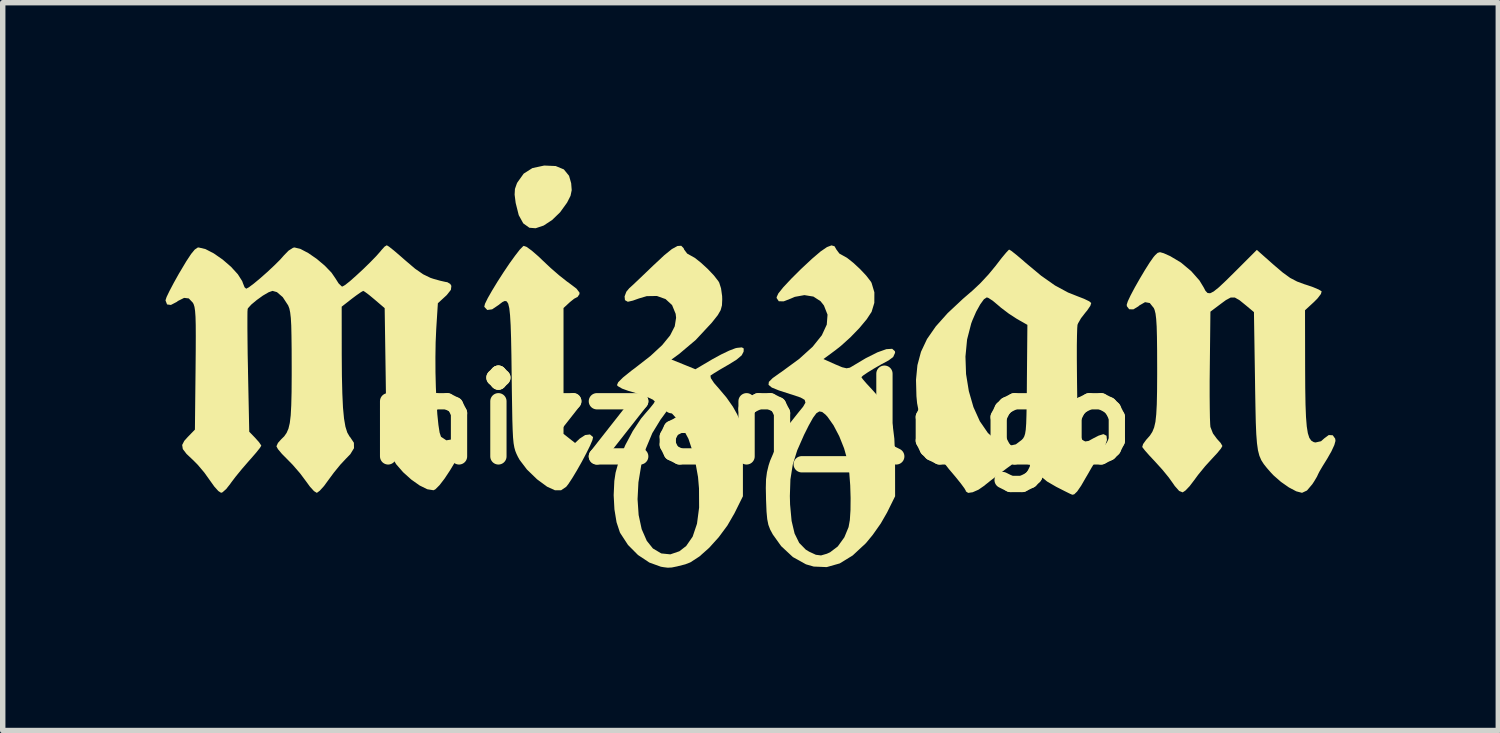
<source format=kicad_pcb>
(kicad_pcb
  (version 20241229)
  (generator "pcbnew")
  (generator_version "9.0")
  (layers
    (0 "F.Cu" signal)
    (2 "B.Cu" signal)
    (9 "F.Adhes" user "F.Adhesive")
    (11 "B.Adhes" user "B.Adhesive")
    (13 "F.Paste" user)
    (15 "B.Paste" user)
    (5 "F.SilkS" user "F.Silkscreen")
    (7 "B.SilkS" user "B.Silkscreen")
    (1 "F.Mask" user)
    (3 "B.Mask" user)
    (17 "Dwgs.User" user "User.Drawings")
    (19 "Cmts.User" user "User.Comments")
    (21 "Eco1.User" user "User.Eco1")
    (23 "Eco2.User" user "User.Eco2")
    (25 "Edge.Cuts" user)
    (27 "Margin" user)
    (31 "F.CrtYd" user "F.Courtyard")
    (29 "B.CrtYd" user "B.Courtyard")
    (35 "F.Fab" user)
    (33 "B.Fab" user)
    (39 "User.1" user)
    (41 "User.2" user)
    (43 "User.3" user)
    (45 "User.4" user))
  (footprint "mizzan_logo"
    (layer "F.Cu")
    (at 10.777 4.669)
    (property "Reference" "mizzan_logo" (at 0 0 0) (layer "F.SilkS") (effects (font (size 1.524 1.524) (thickness 0.3))))
    (attr board_only exclude_from_pos_files exclude_from_bom)
    (fp_poly (pts (xy -3.589 -4.66) (xy -3.439 -4.598) (xy -3.343 -4.48) (xy -3.304 -4.343) (xy -3.294 -4.216) (xy -3.316 -4.111) (xy -3.38 -3.985) (xy -3.381 -3.984) (xy -3.508 -3.808) (xy -3.656 -3.665) (xy -3.812 -3.563) (xy -3.959 -3.514) (xy -4.074 -3.523) (xy -4.187 -3.604) (xy -4.27 -3.755) (xy -4.326 -3.978) (xy -4.327 -3.983) (xy -4.346 -4.133) (xy -4.34 -4.238) (xy -4.306 -4.335) (xy -4.296 -4.356) (xy -4.179 -4.52) (xy -4.019 -4.622) (xy -3.806 -4.668) (xy -3.798 -4.669)) (stroke (width 0) (type solid)) (fill yes) (layer "F.SilkS"))
    (fp_poly (pts (xy -4.126 -3.171) (xy -4.032 -3.103) (xy -3.907 -2.995) (xy -3.833 -2.924) (xy -3.682 -2.782) (xy -3.524 -2.645) (xy -3.385 -2.535) (xy -3.335 -2.499) (xy -3.206 -2.401) (xy -3.151 -2.329) (xy -3.151 -2.3) (xy -3.187 -2.247) (xy -3.203 -2.24) (xy -3.25 -2.215) (xy -3.326 -2.154) (xy -3.339 -2.142) (xy -3.445 -2.044) (xy -3.445 0.274) (xy -3.339 0.358) (xy -3.232 0.442) (xy -3.146 0.361) (xy -3.046 0.296) (xy -2.958 0.285) (xy -2.902 0.332) (xy -2.901 0.336) (xy -2.912 0.388) (xy -2.956 0.492) (xy -3.025 0.631) (xy -3.108 0.788) (xy -3.198 0.947) (xy -3.284 1.09) (xy -3.358 1.202) (xy -3.396 1.25) (xy -3.489 1.313) (xy -3.604 1.313) (xy -3.747 1.248) (xy -3.925 1.117) (xy -3.936 1.108) (xy -4.119 0.931) (xy -4.253 0.755) (xy -4.285 0.698) (xy -4.312 0.642) (xy -4.334 0.587) (xy -4.351 0.525) (xy -4.365 0.446) (xy -4.375 0.341) (xy -4.382 0.201) (xy -4.388 0.015) (xy -4.392 -0.226) (xy -4.397 -0.53) (xy -4.4 -0.789) (xy -4.405 -1.173) (xy -4.411 -1.484) (xy -4.419 -1.728) (xy -4.43 -1.911) (xy -4.444 -2.041) (xy -4.464 -2.124) (xy -4.491 -2.166) (xy -4.525 -2.175) (xy -4.568 -2.156) (xy -4.621 -2.116) (xy -4.635 -2.104) (xy -4.76 -2.02) (xy -4.85 -2.008) (xy -4.905 -2.067) (xy -4.905 -2.068) (xy -4.892 -2.122) (xy -4.841 -2.226) (xy -4.761 -2.366) (xy -4.662 -2.529) (xy -4.552 -2.7) (xy -4.441 -2.865) (xy -4.337 -3.009) (xy -4.251 -3.12) (xy -4.19 -3.182) (xy -4.178 -3.189)) (stroke (width 0) (type solid)) (fill yes) (layer "F.SilkS"))
    (fp_poly (pts (xy 4.808 -3.095) (xy 4.893 -3.028) (xy 5.007 -2.932) (xy 5.072 -2.875) (xy 5.356 -2.638) (xy 5.611 -2.459) (xy 5.85 -2.33) (xy 6.016 -2.264) (xy 6.145 -2.214) (xy 6.24 -2.168) (xy 6.277 -2.137) (xy 6.261 -2.085) (xy 6.204 -2.001) (xy 6.169 -1.959) (xy 6.089 -1.856) (xy 6.034 -1.76) (xy 6.024 -1.734) (xy 6.019 -1.67) (xy 6.015 -1.539) (xy 6.012 -1.352) (xy 6.012 -1.121) (xy 6.014 -0.859) (xy 6.016 -0.659) (xy 6.02 -0.352) (xy 6.025 -0.115) (xy 6.031 0.062) (xy 6.039 0.188) (xy 6.05 0.274) (xy 6.064 0.328) (xy 6.083 0.362) (xy 6.106 0.382) (xy 6.167 0.414) (xy 6.23 0.404) (xy 6.311 0.359) (xy 6.413 0.307) (xy 6.496 0.281) (xy 6.505 0.28) (xy 6.559 0.309) (xy 6.567 0.388) (xy 6.532 0.499) (xy 6.457 0.624) (xy 6.381 0.738) (xy 6.287 0.891) (xy 6.195 1.051) (xy 6.189 1.06) (xy 6.091 1.23) (xy 6.018 1.336) (xy 5.964 1.388) (xy 5.929 1.396) (xy 5.887 1.378) (xy 5.792 1.331) (xy 5.664 1.266) (xy 5.636 1.252) (xy 5.464 1.152) (xy 5.345 1.054) (xy 5.253 0.935) (xy 5.246 0.925) (xy 5.181 0.813) (xy 5.138 0.723) (xy 5.129 0.69) (xy 5.115 0.643) (xy 5.108 0.64) (xy 5.067 0.663) (xy 4.978 0.723) (xy 4.855 0.811) (xy 4.713 0.915) (xy 4.569 1.024) (xy 4.435 1.126) (xy 4.327 1.212) (xy 4.31 1.227) (xy 4.2 1.303) (xy 4.093 1.35) (xy 4.01 1.362) (xy 3.968 1.334) (xy 3.966 1.321) (xy 3.941 1.278) (xy 3.874 1.187) (xy 3.774 1.063) (xy 3.651 0.918) (xy 3.646 0.911) (xy 3.411 0.611) (xy 3.242 0.322) (xy 3.131 0.028) (xy 3.069 -0.291) (xy 3.057 -0.419) (xy 3.049 -0.722) (xy 3.075 -0.991) (xy 3.117 -1.149) (xy 3.96 -1.149) (xy 3.971 -0.828) (xy 4.022 -0.514) (xy 4.107 -0.219) (xy 4.225 0.042) (xy 4.373 0.257) (xy 4.545 0.413) (xy 4.615 0.453) (xy 4.761 0.496) (xy 4.889 0.467) (xy 4.996 0.386) (xy 5.023 0.357) (xy 5.043 0.322) (xy 5.059 0.272) (xy 5.071 0.197) (xy 5.079 0.085) (xy 5.084 -0.071) (xy 5.088 -0.283) (xy 5.091 -0.56) (xy 5.092 -0.717) (xy 5.101 -1.734) (xy 4.909 -1.843) (xy 4.761 -1.939) (xy 4.612 -2.052) (xy 4.56 -2.097) (xy 4.463 -2.178) (xy 4.383 -2.23) (xy 4.353 -2.24) (xy 4.3 -2.205) (xy 4.232 -2.111) (xy 4.157 -1.976) (xy 4.087 -1.815) (xy 4.066 -1.759) (xy 3.99 -1.464) (xy 3.96 -1.149) (xy 3.117 -1.149) (xy 3.141 -1.238) (xy 3.252 -1.473) (xy 3.414 -1.706) (xy 3.632 -1.95) (xy 3.913 -2.213) (xy 4.095 -2.37) (xy 4.232 -2.499) (xy 4.383 -2.661) (xy 4.518 -2.824) (xy 4.53 -2.84) (xy 4.627 -2.966) (xy 4.707 -3.062) (xy 4.757 -3.115) (xy 4.767 -3.12)) (stroke (width 0) (type solid)) (fill yes) (layer "F.SilkS"))
    (fp_poly (pts (xy 1.548 -3.182) (xy 1.582 -3.122) (xy 1.582 -3.122) (xy 1.638 -3.047) (xy 1.692 -3.017) (xy 1.778 -2.969) (xy 1.894 -2.877) (xy 2.019 -2.761) (xy 2.132 -2.641) (xy 2.214 -2.535) (xy 2.23 -2.508) (xy 2.282 -2.333) (xy 2.281 -2.139) (xy 2.231 -1.974) (xy 2.141 -1.837) (xy 2.004 -1.673) (xy 1.839 -1.503) (xy 1.665 -1.346) (xy 1.566 -1.268) (xy 1.344 -1.104) (xy 1.56 -1.007) (xy 1.688 -0.953) (xy 1.769 -0.934) (xy 1.829 -0.945) (xy 1.859 -0.962) (xy 2.124 -1.12) (xy 2.339 -1.228) (xy 2.502 -1.286) (xy 2.61 -1.293) (xy 2.66 -1.249) (xy 2.664 -1.22) (xy 2.628 -1.141) (xy 2.544 -1.079) (xy 2.408 -1.006) (xy 2.271 -0.927) (xy 2.153 -0.854) (xy 2.071 -0.798) (xy 2.043 -0.77) (xy 2.069 -0.732) (xy 2.137 -0.653) (xy 2.234 -0.548) (xy 2.257 -0.523) (xy 2.396 -0.366) (xy 2.5 -0.214) (xy 2.574 -0.052) (xy 2.622 0.135) (xy 2.65 0.364) (xy 2.662 0.649) (xy 2.663 0.802) (xy 2.664 1.424) (xy 2.515 1.725) (xy 2.4 1.925) (xy 2.252 2.135) (xy 2.126 2.288) (xy 1.883 2.514) (xy 1.644 2.661) (xy 1.404 2.729) (xy 1.164 2.719) (xy 1.022 2.678) (xy 0.781 2.544) (xy 0.565 2.343) (xy 0.411 2.128) (xy 0.362 2.037) (xy 0.329 1.95) (xy 0.308 1.846) (xy 0.295 1.706) (xy 0.287 1.507) (xy 0.286 1.487) (xy 0.285 1.42) (xy 0.725 1.42) (xy 0.729 1.578) (xy 0.757 1.878) (xy 0.812 2.11) (xy 0.897 2.283) (xy 1.017 2.406) (xy 1.081 2.445) (xy 1.204 2.502) (xy 1.299 2.514) (xy 1.406 2.483) (xy 1.466 2.456) (xy 1.608 2.348) (xy 1.729 2.18) (xy 1.807 1.991) (xy 1.83 1.863) (xy 1.842 1.677) (xy 1.844 1.456) (xy 1.837 1.222) (xy 1.82 0.998) (xy 1.794 0.804) (xy 1.786 0.761) (xy 1.724 0.541) (xy 1.635 0.318) (xy 1.529 0.116) (xy 1.419 -0.04) (xy 1.38 -0.082) (xy 1.32 -0.129) (xy 1.268 -0.139) (xy 1.214 -0.106) (xy 1.152 -0.022) (xy 1.072 0.121) (xy 0.986 0.293) (xy 0.86 0.579) (xy 0.778 0.843) (xy 0.735 1.114) (xy 0.725 1.42) (xy 0.285 1.42) (xy 0.282 1.272) (xy 0.286 1.111) (xy 0.303 0.981) (xy 0.333 0.856) (xy 0.361 0.77) (xy 0.512 0.418) (xy 0.724 0.08) (xy 0.877 -0.113) (xy 0.969 -0.226) (xy 1.012 -0.301) (xy 0.998 -0.352) (xy 0.923 -0.395) (xy 0.779 -0.444) (xy 0.727 -0.46) (xy 0.523 -0.526) (xy 0.392 -0.579) (xy 0.332 -0.629) (xy 0.338 -0.683) (xy 0.408 -0.753) (xy 0.537 -0.845) (xy 0.571 -0.868) (xy 0.896 -1.106) (xy 1.144 -1.33) (xy 1.314 -1.542) (xy 1.405 -1.739) (xy 1.419 -1.922) (xy 1.353 -2.09) (xy 1.29 -2.17) (xy 1.159 -2.255) (xy 0.993 -2.282) (xy 0.816 -2.25) (xy 0.747 -2.22) (xy 0.611 -2.167) (xy 0.521 -2.169) (xy 0.482 -2.227) (xy 0.481 -2.244) (xy 0.512 -2.312) (xy 0.604 -2.427) (xy 0.755 -2.588) (xy 0.931 -2.763) (xy 1.135 -2.953) (xy 1.292 -3.087) (xy 1.409 -3.167) (xy 1.492 -3.198)) (stroke (width 0) (type solid)) (fill yes) (layer "F.SilkS"))
    (fp_poly (pts (xy 9.642 -2.837) (xy 9.808 -2.696) (xy 9.942 -2.599) (xy 10.07 -2.532) (xy 10.214 -2.479) (xy 10.226 -2.476) (xy 10.364 -2.429) (xy 10.47 -2.384) (xy 10.522 -2.352) (xy 10.522 -2.351) (xy 10.509 -2.303) (xy 10.449 -2.224) (xy 10.382 -2.156) (xy 10.216 -2.003) (xy 10.218 -0.932) (xy 10.22 -0.564) (xy 10.225 -0.269) (xy 10.234 -0.038) (xy 10.248 0.136) (xy 10.268 0.262) (xy 10.295 0.347) (xy 10.331 0.399) (xy 10.376 0.426) (xy 10.408 0.433) (xy 10.511 0.41) (xy 10.572 0.356) (xy 10.653 0.296) (xy 10.727 0.3) (xy 10.772 0.363) (xy 10.777 0.404) (xy 10.756 0.48) (xy 10.702 0.597) (xy 10.625 0.732) (xy 10.617 0.745) (xy 10.54 0.869) (xy 10.483 0.966) (xy 10.457 1.017) (xy 10.456 1.02) (xy 10.436 1.063) (xy 10.385 1.149) (xy 10.351 1.201) (xy 10.252 1.318) (xy 10.162 1.36) (xy 10.159 1.36) (xy 10.055 1.333) (xy 9.919 1.261) (xy 9.773 1.159) (xy 9.637 1.04) (xy 9.586 0.986) (xy 9.514 0.904) (xy 9.456 0.831) (xy 9.41 0.759) (xy 9.375 0.677) (xy 9.349 0.576) (xy 9.331 0.447) (xy 9.318 0.28) (xy 9.309 0.065) (xy 9.303 -0.207) (xy 9.297 -0.546) (xy 9.295 -0.694) (xy 9.275 -1.969) (xy 9.134 -2.087) (xy 9.011 -2.187) (xy 8.924 -2.237) (xy 8.848 -2.238) (xy 8.761 -2.192) (xy 8.671 -2.126) (xy 8.473 -1.977) (xy 8.462 -0.978) (xy 8.459 -0.697) (xy 8.459 -0.435) (xy 8.461 -0.207) (xy 8.464 -0.024) (xy 8.469 0.1) (xy 8.473 0.147) (xy 8.52 0.267) (xy 8.594 0.367) (xy 8.661 0.441) (xy 8.693 0.496) (xy 8.693 0.499) (xy 8.667 0.545) (xy 8.599 0.628) (xy 8.51 0.724) (xy 8.379 0.867) (xy 8.245 1.031) (xy 8.176 1.125) (xy 8.09 1.238) (xy 8.011 1.32) (xy 7.962 1.352) (xy 7.897 1.326) (xy 7.816 1.234) (xy 7.788 1.193) (xy 7.705 1.077) (xy 7.589 0.935) (xy 7.463 0.796) (xy 7.456 0.788) (xy 7.349 0.674) (xy 7.266 0.58) (xy 7.221 0.522) (xy 7.217 0.515) (xy 7.233 0.462) (xy 7.29 0.383) (xy 7.305 0.367) (xy 7.36 0.304) (xy 7.403 0.237) (xy 7.436 0.157) (xy 7.46 0.053) (xy 7.475 -0.085) (xy 7.485 -0.268) (xy 7.49 -0.507) (xy 7.492 -0.811) (xy 7.492 -0.945) (xy 7.491 -1.264) (xy 7.488 -1.514) (xy 7.483 -1.703) (xy 7.474 -1.842) (xy 7.462 -1.94) (xy 7.445 -2.008) (xy 7.431 -2.042) (xy 7.356 -2.136) (xy 7.269 -2.152) (xy 7.163 -2.091) (xy 7.146 -2.075) (xy 7.055 -2.02) (xy 6.977 -2.021) (xy 6.934 -2.077) (xy 6.931 -2.105) (xy 6.951 -2.168) (xy 7.004 -2.28) (xy 7.081 -2.425) (xy 7.172 -2.585) (xy 7.266 -2.743) (xy 7.353 -2.881) (xy 7.425 -2.983) (xy 7.454 -3.017) (xy 7.5 -3.06) (xy 7.544 -3.073) (xy 7.612 -3.054) (xy 7.726 -3.003) (xy 7.731 -3.001) (xy 7.93 -2.882) (xy 8.118 -2.725) (xy 8.271 -2.552) (xy 8.346 -2.429) (xy 8.382 -2.361) (xy 8.42 -2.321) (xy 8.467 -2.316) (xy 8.533 -2.349) (xy 8.628 -2.425) (xy 8.76 -2.549) (xy 8.938 -2.725) (xy 8.953 -2.74) (xy 9.328 -3.115)) (stroke (width 0) (type solid)) (fill yes) (layer "F.SilkS"))
    (fp_poly (pts (xy -1.232 -3.146) (xy -1.223 -3.122) (xy -1.167 -3.047) (xy -1.113 -3.017) (xy -1.027 -2.969) (xy -0.912 -2.878) (xy -0.788 -2.764) (xy -0.675 -2.645) (xy -0.594 -2.541) (xy -0.577 -2.513) (xy -0.543 -2.407) (xy -0.523 -2.265) (xy -0.521 -2.204) (xy -0.526 -2.093) (xy -0.55 -2.005) (xy -0.603 -1.913) (xy -0.698 -1.793) (xy -0.715 -1.772) (xy -1.009 -1.456) (xy -1.316 -1.197) (xy -1.342 -1.178) (xy -1.457 -1.095) (xy -1.236 -1.006) (xy -1.015 -0.916) (xy -0.7 -1.102) (xy -0.542 -1.188) (xy -0.394 -1.259) (xy -0.279 -1.303) (xy -0.249 -1.31) (xy -0.159 -1.319) (xy -0.125 -1.299) (xy -0.127 -1.241) (xy -0.162 -1.173) (xy -0.255 -1.094) (xy -0.414 -0.995) (xy -0.421 -0.992) (xy -0.557 -0.913) (xy -0.667 -0.846) (xy -0.732 -0.803) (xy -0.738 -0.798) (xy -0.731 -0.752) (xy -0.672 -0.663) (xy -0.568 -0.544) (xy -0.566 -0.541) (xy -0.442 -0.394) (xy -0.325 -0.227) (xy -0.248 -0.09) (xy -0.208 0.000413) (xy -0.179 0.082) (xy -0.159 0.17) (xy -0.148 0.281) (xy -0.142 0.431) (xy -0.14 0.635) (xy -0.14 0.782) (xy -0.14 1.424) (xy -0.296 1.738) (xy -0.426 1.963) (xy -0.586 2.179) (xy -0.762 2.374) (xy -0.941 2.533) (xy -1.109 2.642) (xy -1.202 2.678) (xy -1.352 2.716) (xy -1.45 2.736) (xy -1.524 2.74) (xy -1.598 2.731) (xy -1.651 2.722) (xy -1.864 2.645) (xy -2.073 2.506) (xy -2.257 2.321) (xy -2.398 2.105) (xy -2.407 2.088) (xy -2.468 1.903) (xy -2.507 1.666) (xy -2.517 1.478) (xy -2.081 1.478) (xy -2.061 1.77) (xy -2.005 2.03) (xy -1.911 2.245) (xy -1.798 2.386) (xy -1.644 2.477) (xy -1.477 2.494) (xy -1.31 2.437) (xy -1.185 2.34) (xy -1.066 2.168) (xy -0.986 1.93) (xy -0.947 1.632) (xy -0.949 1.278) (xy -0.967 1.069) (xy -1.034 0.695) (xy -1.143 0.366) (xy -1.28 0.109) (xy -1.375 -0.021) (xy -1.457 -0.113) (xy -1.515 -0.158) (xy -1.535 -0.156) (xy -1.563 -0.117) (xy -1.622 -0.036) (xy -1.657 0.011) (xy -1.809 0.26) (xy -1.928 0.545) (xy -2.013 0.852) (xy -2.065 1.167) (xy -2.081 1.478) (xy -2.517 1.478) (xy -2.521 1.404) (xy -2.509 1.142) (xy -2.486 0.989) (xy -2.419 0.749) (xy -2.308 0.484) (xy -2.169 0.222) (xy -2.018 -0.006) (xy -1.942 -0.097) (xy -1.851 -0.202) (xy -1.786 -0.283) (xy -1.763 -0.323) (xy -1.799 -0.356) (xy -1.897 -0.402) (xy -2.041 -0.455) (xy -2.214 -0.508) (xy -2.251 -0.518) (xy -2.365 -0.559) (xy -2.443 -0.604) (xy -2.46 -0.624) (xy -2.438 -0.676) (xy -2.35 -0.764) (xy -2.199 -0.886) (xy -2.129 -0.938) (xy -1.843 -1.161) (xy -1.628 -1.36) (xy -1.481 -1.54) (xy -1.396 -1.707) (xy -1.371 -1.865) (xy -1.379 -1.937) (xy -1.445 -2.098) (xy -1.565 -2.209) (xy -1.725 -2.266) (xy -1.912 -2.263) (xy -2.057 -2.22) (xy -2.166 -2.181) (xy -2.252 -2.161) (xy -2.262 -2.16) (xy -2.313 -2.189) (xy -2.32 -2.258) (xy -2.288 -2.344) (xy -2.234 -2.409) (xy -2.171 -2.466) (xy -2.065 -2.566) (xy -1.931 -2.694) (xy -1.783 -2.836) (xy -1.775 -2.843) (xy -1.59 -3.016) (xy -1.449 -3.13) (xy -1.346 -3.187) (xy -1.276 -3.191)) (stroke (width 0) (type solid)) (fill yes) (layer "F.SilkS"))
    (fp_poly (pts (xy -6.66 -3.175) (xy -6.574 -3.107) (xy -6.457 -3.007) (xy -6.36 -2.922) (xy -6.179 -2.768) (xy -6.03 -2.665) (xy -5.896 -2.6) (xy -5.842 -2.582) (xy -5.717 -2.547) (xy -5.62 -2.525) (xy -5.586 -2.52) (xy -5.532 -2.488) (xy -5.511 -2.452) (xy -5.52 -2.379) (xy -5.596 -2.283) (xy -5.623 -2.258) (xy -5.76 -2.132) (xy -5.79 -1.659) (xy -5.801 -1.412) (xy -5.805 -1.143) (xy -5.804 -0.862) (xy -5.797 -0.585) (xy -5.785 -0.322) (xy -5.77 -0.087) (xy -5.75 0.108) (xy -5.728 0.25) (xy -5.703 0.326) (xy -5.699 0.33) (xy -5.604 0.393) (xy -5.505 0.377) (xy -5.436 0.317) (xy -5.357 0.256) (xy -5.3 0.269) (xy -5.274 0.352) (xy -5.274 0.393) (xy -5.298 0.491) (xy -5.357 0.627) (xy -5.439 0.785) (xy -5.536 0.947) (xy -5.636 1.098) (xy -5.729 1.219) (xy -5.806 1.296) (xy -5.84 1.313) (xy -5.954 1.295) (xy -6.096 1.225) (xy -6.25 1.116) (xy -6.4 0.981) (xy -6.528 0.834) (xy -6.618 0.688) (xy -6.622 0.68) (xy -6.645 0.624) (xy -6.663 0.562) (xy -6.678 0.484) (xy -6.689 0.382) (xy -6.698 0.245) (xy -6.705 0.064) (xy -6.711 -0.171) (xy -6.717 -0.467) (xy -6.721 -0.771) (xy -6.74 -2.042) (xy -6.926 -2.201) (xy -7.027 -2.285) (xy -7.104 -2.342) (xy -7.135 -2.36) (xy -7.176 -2.337) (xy -7.261 -2.278) (xy -7.345 -2.215) (xy -7.532 -2.069) (xy -7.531 -1.185) (xy -7.528 -0.79) (xy -7.52 -0.467) (xy -7.508 -0.209) (xy -7.489 -0.009) (xy -7.463 0.142) (xy -7.429 0.25) (xy -7.387 0.323) (xy -7.375 0.336) (xy -7.307 0.438) (xy -7.305 0.538) (xy -7.373 0.649) (xy -7.449 0.727) (xy -7.555 0.84) (xy -7.675 0.987) (xy -7.771 1.117) (xy -7.858 1.236) (xy -7.936 1.322) (xy -7.988 1.36) (xy -7.992 1.36) (xy -8.042 1.329) (xy -8.116 1.248) (xy -8.189 1.148) (xy -8.299 1.001) (xy -8.435 0.844) (xy -8.532 0.745) (xy -8.633 0.643) (xy -8.706 0.556) (xy -8.734 0.504) (xy -8.734 0.503) (xy -8.706 0.441) (xy -8.648 0.376) (xy -8.591 0.32) (xy -8.547 0.257) (xy -8.513 0.179) (xy -8.488 0.074) (xy -8.471 -0.068) (xy -8.461 -0.255) (xy -8.455 -0.498) (xy -8.453 -0.807) (xy -8.453 -0.961) (xy -8.454 -1.281) (xy -8.457 -1.531) (xy -8.461 -1.721) (xy -8.469 -1.861) (xy -8.481 -1.963) (xy -8.496 -2.035) (xy -8.516 -2.087) (xy -8.518 -2.092) (xy -8.618 -2.245) (xy -8.725 -2.337) (xy -8.806 -2.36) (xy -8.877 -2.335) (xy -8.982 -2.274) (xy -9.096 -2.192) (xy -9.196 -2.109) (xy -9.258 -2.041) (xy -9.264 -2.027) (xy -9.268 -1.976) (xy -9.269 -1.856) (xy -9.269 -1.677) (xy -9.267 -1.451) (xy -9.264 -1.188) (xy -9.258 -0.898) (xy -9.258 -0.873) (xy -9.235 0.235) (xy -9.124 0.35) (xy -9.054 0.429) (xy -9.016 0.485) (xy -9.014 0.493) (xy -9.039 0.534) (xy -9.106 0.618) (xy -9.203 0.73) (xy -9.245 0.777) (xy -9.368 0.919) (xy -9.485 1.062) (xy -9.574 1.179) (xy -9.585 1.196) (xy -9.66 1.291) (xy -9.728 1.351) (xy -9.754 1.36) (xy -9.804 1.328) (xy -9.878 1.246) (xy -9.958 1.134) (xy -10.063 0.987) (xy -10.183 0.845) (xy -10.263 0.764) (xy -10.391 0.643) (xy -10.459 0.554) (xy -10.471 0.479) (xy -10.432 0.403) (xy -10.37 0.334) (xy -10.236 0.196) (xy -10.224 -0.926) (xy -10.221 -1.262) (xy -10.22 -1.527) (xy -10.221 -1.731) (xy -10.225 -1.882) (xy -10.233 -1.991) (xy -10.244 -2.065) (xy -10.26 -2.116) (xy -10.275 -2.143) (xy -10.349 -2.221) (xy -10.435 -2.231) (xy -10.549 -2.174) (xy -10.574 -2.155) (xy -10.678 -2.101) (xy -10.749 -2.11) (xy -10.777 -2.182) (xy -10.777 -2.189) (xy -10.758 -2.247) (xy -10.705 -2.357) (xy -10.626 -2.507) (xy -10.53 -2.679) (xy -10.513 -2.707) (xy -10.395 -2.905) (xy -10.306 -3.04) (xy -10.239 -3.121) (xy -10.187 -3.157) (xy -10.168 -3.16) (xy -10.042 -3.13) (xy -9.889 -3.051) (xy -9.725 -2.937) (xy -9.571 -2.804) (xy -9.445 -2.666) (xy -9.365 -2.54) (xy -9.351 -2.501) (xy -9.321 -2.426) (xy -9.291 -2.4) (xy -9.242 -2.426) (xy -9.15 -2.495) (xy -9.032 -2.593) (xy -8.902 -2.708) (xy -8.776 -2.826) (xy -8.667 -2.934) (xy -8.596 -3.014) (xy -8.51 -3.102) (xy -8.428 -3.154) (xy -8.401 -3.16) (xy -8.29 -3.132) (xy -8.146 -3.056) (xy -7.991 -2.949) (xy -7.842 -2.823) (xy -7.719 -2.695) (xy -7.647 -2.59) (xy -7.588 -2.497) (xy -7.533 -2.444) (xy -7.518 -2.44) (xy -7.471 -2.467) (xy -7.382 -2.537) (xy -7.266 -2.64) (xy -7.137 -2.759) (xy -7.009 -2.884) (xy -6.896 -3) (xy -6.813 -3.094) (xy -6.801 -3.11) (xy -6.741 -3.176) (xy -6.701 -3.2)) (stroke (width 0) (type solid)) (fill yes) (layer "F.SilkS")))
  (gr_rect
    (start -3 -3)
    (end 24.554 10.409)
    (stroke (width 0.1) (type default))
    (fill no)
    (layer "Edge.Cuts")))
</source>
